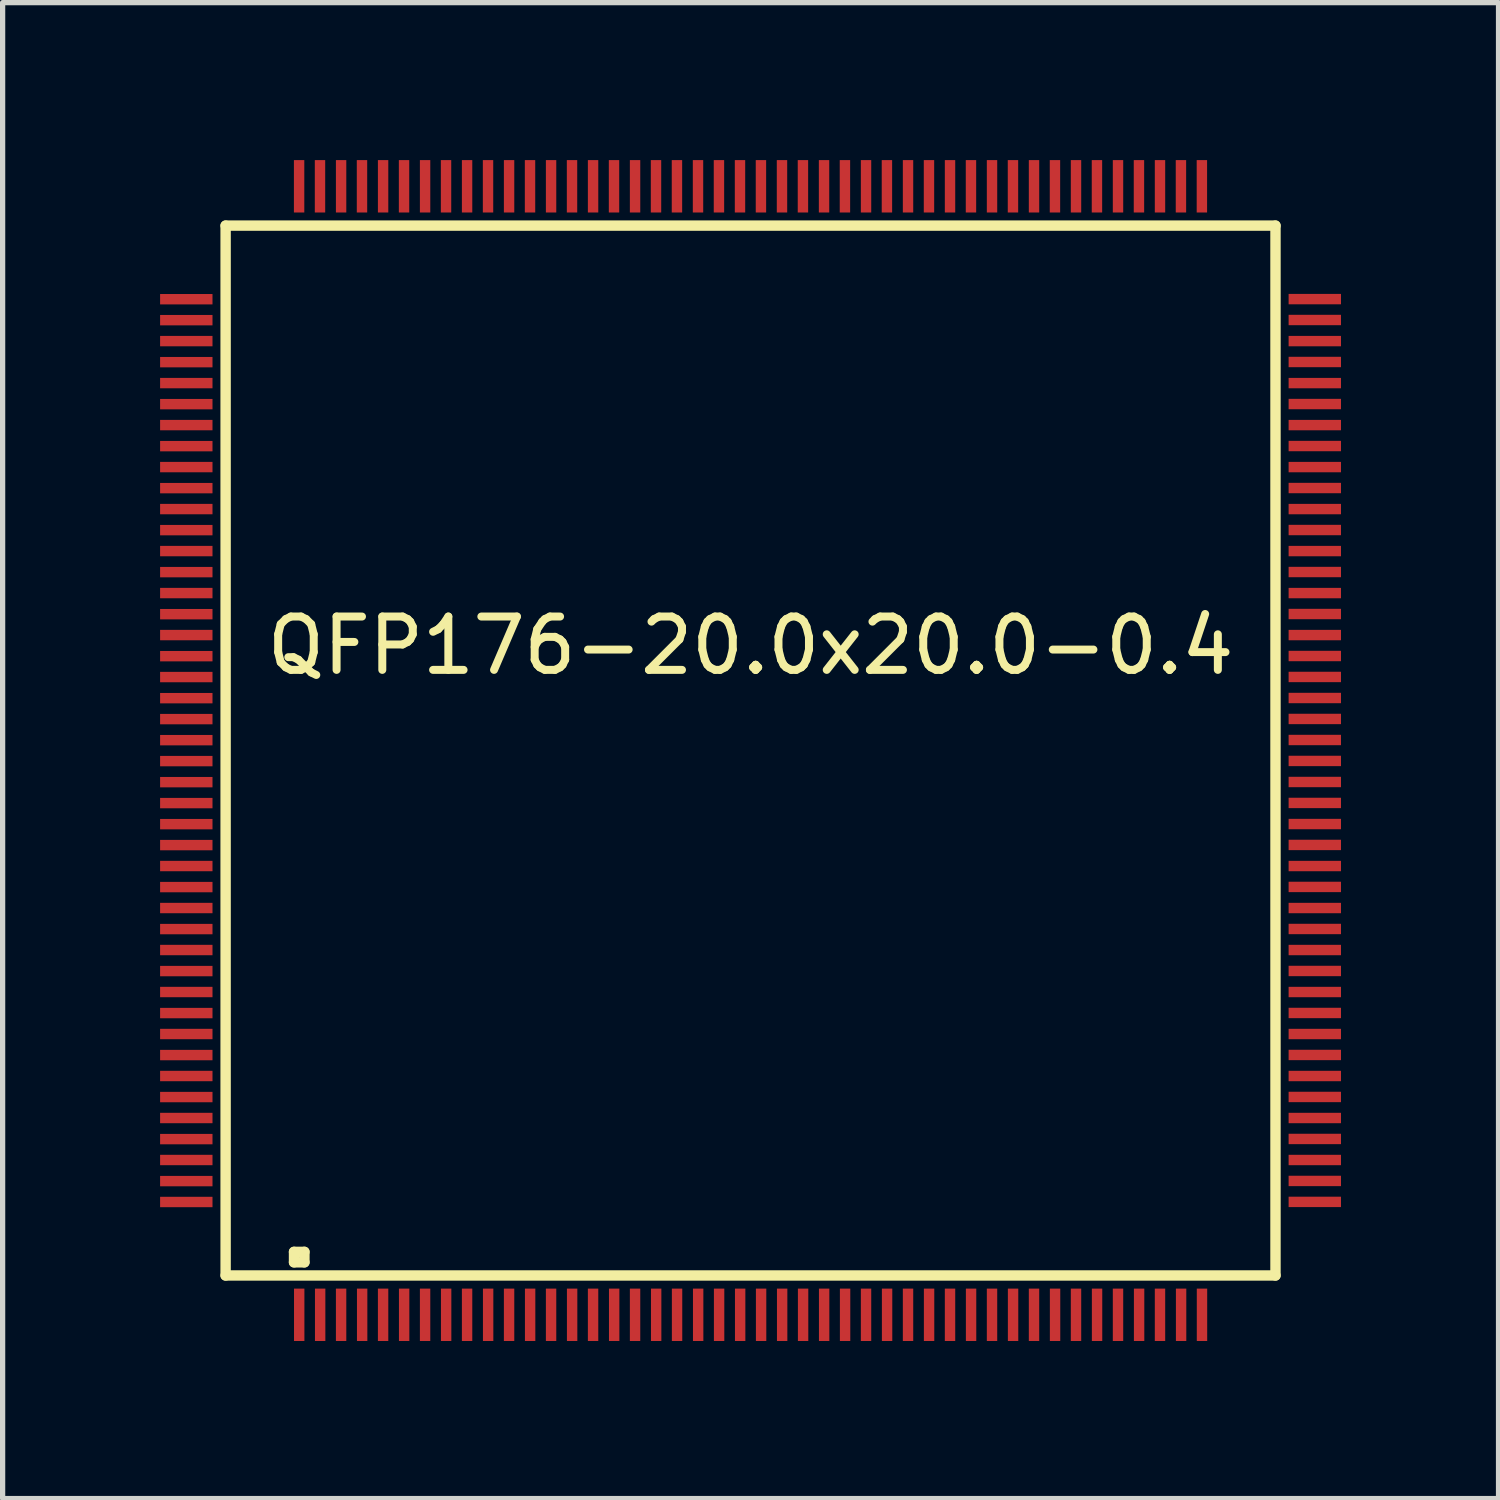
<source format=kicad_pcb>
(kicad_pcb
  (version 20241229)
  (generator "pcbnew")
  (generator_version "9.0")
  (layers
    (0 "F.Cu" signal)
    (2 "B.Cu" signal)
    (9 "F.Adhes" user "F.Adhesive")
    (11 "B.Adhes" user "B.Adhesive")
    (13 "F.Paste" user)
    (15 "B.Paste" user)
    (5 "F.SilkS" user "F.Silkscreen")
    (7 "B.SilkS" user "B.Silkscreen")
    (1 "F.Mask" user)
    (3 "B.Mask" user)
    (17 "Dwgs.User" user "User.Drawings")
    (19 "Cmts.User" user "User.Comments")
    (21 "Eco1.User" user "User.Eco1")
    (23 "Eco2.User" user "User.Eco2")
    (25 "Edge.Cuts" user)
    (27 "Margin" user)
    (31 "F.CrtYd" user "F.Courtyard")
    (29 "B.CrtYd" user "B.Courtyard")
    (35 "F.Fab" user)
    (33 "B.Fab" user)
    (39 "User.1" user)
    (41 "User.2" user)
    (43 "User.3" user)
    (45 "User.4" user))
  (footprint "QFP176-20.0x20.0-0.4"
    (layer "F.Cu")
    (at 11.248 11.248)
    (property "Reference" "QFP176-20.0x20.0-0.4" (at 0 -1.999 0) (layer "F.SilkS") (effects (font (size 1.016 1.016) (thickness 0.152))))
    (attr through_hole)
    (fp_line (start -10 -10) (end 10 -10) (stroke (width 0.198) (type solid)) (layer "F.SilkS"))
    (fp_line (start -10 10) (end -10 -10) (stroke (width 0.198) (type solid)) (layer "F.SilkS"))
    (fp_line (start -8.697 9.55) (end -8.499 9.55) (stroke (width 0.198) (type solid)) (layer "F.SilkS"))
    (fp_line (start -8.697 9.749) (end -8.697 9.55) (stroke (width 0.198) (type solid)) (layer "F.SilkS"))
    (fp_line (start -8.499 9.55) (end -8.499 9.749) (stroke (width 0.198) (type solid)) (layer "F.SilkS"))
    (fp_line (start -8.499 9.749) (end -8.697 9.749) (stroke (width 0.198) (type solid)) (layer "F.SilkS"))
    (fp_line (start 10 -10) (end 10 10) (stroke (width 0.198) (type solid)) (layer "F.SilkS"))
    (fp_line (start 10 10) (end -10 10) (stroke (width 0.198) (type solid)) (layer "F.SilkS"))
    (pad "1" smd rect (at -8.598 10.749) (size 0.198 0.998) (layers "*.Mask" "F.Cu"))
    (pad "2" smd rect (at -8.199 10.749) (size 0.198 0.998) (layers "*.Mask" "F.Cu"))
    (pad "3" smd rect (at -7.8 10.749) (size 0.198 0.998) (layers "*.Mask" "F.Cu"))
    (pad "4" smd rect (at -7.399 10.749) (size 0.198 0.998) (layers "*.Mask" "F.Cu"))
    (pad "5" smd rect (at -7 10.749) (size 0.198 0.998) (layers "*.Mask" "F.Cu"))
    (pad "6" smd rect (at -6.599 10.749) (size 0.198 0.998) (layers "*.Mask" "F.Cu"))
    (pad "7" smd rect (at -6.2 10.749) (size 0.198 0.998) (layers "*.Mask" "F.Cu"))
    (pad "8" smd rect (at -5.799 10.749) (size 0.198 0.998) (layers "*.Mask" "F.Cu"))
    (pad "9" smd rect (at -5.4 10.749) (size 0.198 0.998) (layers "*.Mask" "F.Cu"))
    (pad "10" smd rect (at -4.999 10.749) (size 0.198 0.998) (layers "*.Mask" "F.Cu"))
    (pad "11" smd rect (at -4.6 10.749) (size 0.198 0.998) (layers "*.Mask" "F.Cu"))
    (pad "12" smd rect (at -4.199 10.749) (size 0.198 0.998) (layers "*.Mask" "F.Cu"))
    (pad "13" smd rect (at -3.8 10.749) (size 0.198 0.998) (layers "*.Mask" "F.Cu"))
    (pad "14" smd rect (at -3.399 10.749) (size 0.198 0.998) (layers "*.Mask" "F.Cu"))
    (pad "15" smd rect (at -3 10.749) (size 0.198 0.998) (layers "*.Mask" "F.Cu"))
    (pad "16" smd rect (at -2.598 10.749) (size 0.198 0.998) (layers "*.Mask" "F.Cu"))
    (pad "17" smd rect (at -2.2 10.749) (size 0.198 0.998) (layers "*.Mask" "F.Cu"))
    (pad "18" smd rect (at -1.798 10.749) (size 0.198 0.998) (layers "*.Mask" "F.Cu"))
    (pad "19" smd rect (at -1.4 10.749) (size 0.198 0.998) (layers "*.Mask" "F.Cu"))
    (pad "20" smd rect (at -0.998 10.749) (size 0.198 0.998) (layers "*.Mask" "F.Cu"))
    (pad "21" smd rect (at -0.599 10.749) (size 0.198 0.998) (layers "*.Mask" "F.Cu"))
    (pad "22" smd rect (at -0.198 10.749) (size 0.198 0.998) (layers "*.Mask" "F.Cu"))
    (pad "23" smd rect (at 0.201 10.749) (size 0.198 0.998) (layers "*.Mask" "F.Cu"))
    (pad "24" smd rect (at 0.602 10.749) (size 0.198 0.998) (layers "*.Mask" "F.Cu"))
    (pad "25" smd rect (at 1.001 10.749) (size 0.198 0.998) (layers "*.Mask" "F.Cu"))
    (pad "26" smd rect (at 1.402 10.749) (size 0.198 0.998) (layers "*.Mask" "F.Cu"))
    (pad "27" smd rect (at 1.801 10.749) (size 0.198 0.998) (layers "*.Mask" "F.Cu"))
    (pad "28" smd rect (at 2.2 10.749) (size 0.198 0.998) (layers "*.Mask" "F.Cu"))
    (pad "29" smd rect (at 2.601 10.749) (size 0.198 0.998) (layers "*.Mask" "F.Cu"))
    (pad "30" smd rect (at 3 10.749) (size 0.198 0.998) (layers "*.Mask" "F.Cu"))
    (pad "31" smd rect (at 3.401 10.749) (size 0.198 0.998) (layers "*.Mask" "F.Cu"))
    (pad "32" smd rect (at 3.8 10.749) (size 0.198 0.998) (layers "*.Mask" "F.Cu"))
    (pad "33" smd rect (at 4.201 10.749) (size 0.198 0.998) (layers "*.Mask" "F.Cu"))
    (pad "34" smd rect (at 4.6 10.749) (size 0.198 0.998) (layers "*.Mask" "F.Cu"))
    (pad "35" smd rect (at 5.001 10.749) (size 0.198 0.998) (layers "*.Mask" "F.Cu"))
    (pad "36" smd rect (at 5.4 10.749) (size 0.198 0.998) (layers "*.Mask" "F.Cu"))
    (pad "37" smd rect (at 5.801 10.749) (size 0.198 0.998) (layers "*.Mask" "F.Cu"))
    (pad "38" smd rect (at 6.2 10.749) (size 0.198 0.998) (layers "*.Mask" "F.Cu"))
    (pad "39" smd rect (at 6.601 10.749) (size 0.198 0.998) (layers "*.Mask" "F.Cu"))
    (pad "40" smd rect (at 7 10.749) (size 0.198 0.998) (layers "*.Mask" "F.Cu"))
    (pad "41" smd rect (at 7.402 10.749) (size 0.198 0.998) (layers "*.Mask" "F.Cu"))
    (pad "42" smd rect (at 7.8 10.749) (size 0.198 0.998) (layers "*.Mask" "F.Cu"))
    (pad "43" smd rect (at 8.202 10.749) (size 0.198 0.998) (layers "*.Mask" "F.Cu"))
    (pad "44" smd rect (at 8.6 10.749) (size 0.198 0.998) (layers "*.Mask" "F.Cu"))
    (pad "45" smd rect (at 10.749 8.598 90) (size 0.198 0.998) (layers "*.Mask" "F.Cu"))
    (pad "46" smd rect (at 10.749 8.199 90) (size 0.198 0.998) (layers "*.Mask" "F.Cu"))
    (pad "47" smd rect (at 10.749 7.8 90) (size 0.198 0.998) (layers "*.Mask" "F.Cu"))
    (pad "48" smd rect (at 10.749 7.399 90) (size 0.198 0.998) (layers "*.Mask" "F.Cu"))
    (pad "49" smd rect (at 10.749 7 90) (size 0.198 0.998) (layers "*.Mask" "F.Cu"))
    (pad "50" smd rect (at 10.749 6.599 90) (size 0.198 0.998) (layers "*.Mask" "F.Cu"))
    (pad "51" smd rect (at 10.749 6.2 90) (size 0.198 0.998) (layers "*.Mask" "F.Cu"))
    (pad "52" smd rect (at 10.749 5.799 90) (size 0.198 0.998) (layers "*.Mask" "F.Cu"))
    (pad "53" smd rect (at 10.749 5.4 90) (size 0.198 0.998) (layers "*.Mask" "F.Cu"))
    (pad "54" smd rect (at 10.749 4.999 90) (size 0.198 0.998) (layers "*.Mask" "F.Cu"))
    (pad "55" smd rect (at 10.749 4.6 90) (size 0.198 0.998) (layers "*.Mask" "F.Cu"))
    (pad "56" smd rect (at 10.749 4.199 90) (size 0.198 0.998) (layers "*.Mask" "F.Cu"))
    (pad "57" smd rect (at 10.749 3.8 90) (size 0.198 0.998) (layers "*.Mask" "F.Cu"))
    (pad "58" smd rect (at 10.749 3.399 90) (size 0.198 0.998) (layers "*.Mask" "F.Cu"))
    (pad "59" smd rect (at 10.749 3 90) (size 0.198 0.998) (layers "*.Mask" "F.Cu"))
    (pad "60" smd rect (at 10.749 2.598 90) (size 0.198 0.998) (layers "*.Mask" "F.Cu"))
    (pad "61" smd rect (at 10.749 2.2 90) (size 0.198 0.998) (layers "*.Mask" "F.Cu"))
    (pad "62" smd rect (at 10.749 1.798 90) (size 0.198 0.998) (layers "*.Mask" "F.Cu"))
    (pad "63" smd rect (at 10.749 1.4 90) (size 0.198 0.998) (layers "*.Mask" "F.Cu"))
    (pad "64" smd rect (at 10.749 0.998 90) (size 0.198 0.998) (layers "*.Mask" "F.Cu"))
    (pad "65" smd rect (at 10.749 0.599 90) (size 0.198 0.998) (layers "*.Mask" "F.Cu"))
    (pad "66" smd rect (at 10.749 0.198 90) (size 0.198 0.998) (layers "*.Mask" "F.Cu"))
    (pad "67" smd rect (at 10.749 -0.201 90) (size 0.198 0.998) (layers "*.Mask" "F.Cu"))
    (pad "68" smd rect (at 10.749 -0.602 90) (size 0.198 0.998) (layers "*.Mask" "F.Cu"))
    (pad "69" smd rect (at 10.749 -1.001 90) (size 0.198 0.998) (layers "*.Mask" "F.Cu"))
    (pad "70" smd rect (at 10.749 -1.402 90) (size 0.198 0.998) (layers "*.Mask" "F.Cu"))
    (pad "71" smd rect (at 10.749 -1.801 90) (size 0.198 0.998) (layers "*.Mask" "F.Cu"))
    (pad "72" smd rect (at 10.749 -2.2 90) (size 0.198 0.998) (layers "*.Mask" "F.Cu"))
    (pad "73" smd rect (at 10.749 -2.601 90) (size 0.198 0.998) (layers "*.Mask" "F.Cu"))
    (pad "74" smd rect (at 10.749 -3 90) (size 0.198 0.998) (layers "*.Mask" "F.Cu"))
    (pad "75" smd rect (at 10.749 -3.401 90) (size 0.198 0.998) (layers "*.Mask" "F.Cu"))
    (pad "76" smd rect (at 10.749 -3.8 90) (size 0.198 0.998) (layers "*.Mask" "F.Cu"))
    (pad "77" smd rect (at 10.749 -4.201 90) (size 0.198 0.998) (layers "*.Mask" "F.Cu"))
    (pad "78" smd rect (at 10.749 -4.6 90) (size 0.198 0.998) (layers "*.Mask" "F.Cu"))
    (pad "79" smd rect (at 10.749 -5.001 90) (size 0.198 0.998) (layers "*.Mask" "F.Cu"))
    (pad "80" smd rect (at 10.749 -5.4 90) (size 0.198 0.998) (layers "*.Mask" "F.Cu"))
    (pad "81" smd rect (at 10.749 -5.801 90) (size 0.198 0.998) (layers "*.Mask" "F.Cu"))
    (pad "82" smd rect (at 10.749 -6.2 90) (size 0.198 0.998) (layers "*.Mask" "F.Cu"))
    (pad "83" smd rect (at 10.749 -6.601 90) (size 0.198 0.998) (layers "*.Mask" "F.Cu"))
    (pad "84" smd rect (at 10.749 -7 90) (size 0.198 0.998) (layers "*.Mask" "F.Cu"))
    (pad "85" smd rect (at 10.749 -7.402 90) (size 0.198 0.998) (layers "*.Mask" "F.Cu"))
    (pad "86" smd rect (at 10.749 -7.8 90) (size 0.198 0.998) (layers "*.Mask" "F.Cu"))
    (pad "87" smd rect (at 10.749 -8.202 90) (size 0.198 0.998) (layers "*.Mask" "F.Cu"))
    (pad "88" smd rect (at 10.749 -8.6 90) (size 0.198 0.998) (layers "*.Mask" "F.Cu"))
    (pad "89" smd rect (at 8.598 -10.749) (size 0.198 0.998) (layers "*.Mask" "F.Cu"))
    (pad "90" smd rect (at 8.199 -10.749) (size 0.198 0.998) (layers "*.Mask" "F.Cu"))
    (pad "91" smd rect (at 7.8 -10.749) (size 0.198 0.998) (layers "*.Mask" "F.Cu"))
    (pad "92" smd rect (at 7.399 -10.749) (size 0.198 0.998) (layers "*.Mask" "F.Cu"))
    (pad "93" smd rect (at 7 -10.749) (size 0.198 0.998) (layers "*.Mask" "F.Cu"))
    (pad "94" smd rect (at 6.599 -10.749) (size 0.198 0.998) (layers "*.Mask" "F.Cu"))
    (pad "95" smd rect (at 6.2 -10.749) (size 0.198 0.998) (layers "*.Mask" "F.Cu"))
    (pad "96" smd rect (at 5.799 -10.749) (size 0.198 0.998) (layers "*.Mask" "F.Cu"))
    (pad "97" smd rect (at 5.4 -10.749) (size 0.198 0.998) (layers "*.Mask" "F.Cu"))
    (pad "98" smd rect (at 4.999 -10.749) (size 0.198 0.998) (layers "*.Mask" "F.Cu"))
    (pad "99" smd rect (at 4.6 -10.749) (size 0.198 0.998) (layers "*.Mask" "F.Cu"))
    (pad "100" smd rect (at 4.199 -10.749) (size 0.198 0.998) (layers "*.Mask" "F.Cu"))
    (pad "101" smd rect (at 3.8 -10.749) (size 0.198 0.998) (layers "*.Mask" "F.Cu"))
    (pad "102" smd rect (at 3.399 -10.749) (size 0.198 0.998) (layers "*.Mask" "F.Cu"))
    (pad "103" smd rect (at 3 -10.749) (size 0.198 0.998) (layers "*.Mask" "F.Cu"))
    (pad "104" smd rect (at 2.598 -10.749) (size 0.198 0.998) (layers "*.Mask" "F.Cu"))
    (pad "105" smd rect (at 2.2 -10.749) (size 0.198 0.998) (layers "*.Mask" "F.Cu"))
    (pad "106" smd rect (at 1.798 -10.749) (size 0.198 0.998) (layers "*.Mask" "F.Cu"))
    (pad "107" smd rect (at 1.4 -10.749) (size 0.198 0.998) (layers "*.Mask" "F.Cu"))
    (pad "108" smd rect (at 0.998 -10.749) (size 0.198 0.998) (layers "*.Mask" "F.Cu"))
    (pad "109" smd rect (at 0.599 -10.749) (size 0.198 0.998) (layers "*.Mask" "F.Cu"))
    (pad "110" smd rect (at 0.198 -10.749) (size 0.198 0.998) (layers "*.Mask" "F.Cu"))
    (pad "111" smd rect (at -0.201 -10.749) (size 0.198 0.998) (layers "*.Mask" "F.Cu"))
    (pad "112" smd rect (at -0.602 -10.749) (size 0.198 0.998) (layers "*.Mask" "F.Cu"))
    (pad "113" smd rect (at -1.001 -10.749) (size 0.198 0.998) (layers "*.Mask" "F.Cu"))
    (pad "114" smd rect (at -1.402 -10.749) (size 0.198 0.998) (layers "*.Mask" "F.Cu"))
    (pad "115" smd rect (at -1.801 -10.749) (size 0.198 0.998) (layers "*.Mask" "F.Cu"))
    (pad "116" smd rect (at -2.2 -10.749) (size 0.198 0.998) (layers "*.Mask" "F.Cu"))
    (pad "117" smd rect (at -2.601 -10.749) (size 0.198 0.998) (layers "*.Mask" "F.Cu"))
    (pad "118" smd rect (at -3 -10.749) (size 0.198 0.998) (layers "*.Mask" "F.Cu"))
    (pad "119" smd rect (at -3.401 -10.749) (size 0.198 0.998) (layers "*.Mask" "F.Cu"))
    (pad "120" smd rect (at -3.8 -10.749) (size 0.198 0.998) (layers "*.Mask" "F.Cu"))
    (pad "121" smd rect (at -4.201 -10.749) (size 0.198 0.998) (layers "*.Mask" "F.Cu"))
    (pad "122" smd rect (at -4.6 -10.749) (size 0.198 0.998) (layers "*.Mask" "F.Cu"))
    (pad "123" smd rect (at -5.001 -10.749) (size 0.198 0.998) (layers "*.Mask" "F.Cu"))
    (pad "124" smd rect (at -5.4 -10.749) (size 0.198 0.998) (layers "*.Mask" "F.Cu"))
    (pad "125" smd rect (at -5.801 -10.749) (size 0.198 0.998) (layers "*.Mask" "F.Cu"))
    (pad "126" smd rect (at -6.2 -10.749) (size 0.198 0.998) (layers "*.Mask" "F.Cu"))
    (pad "127" smd rect (at -6.601 -10.749) (size 0.198 0.998) (layers "*.Mask" "F.Cu"))
    (pad "128" smd rect (at -7 -10.749) (size 0.198 0.998) (layers "*.Mask" "F.Cu"))
    (pad "129" smd rect (at -7.402 -10.749) (size 0.198 0.998) (layers "*.Mask" "F.Cu"))
    (pad "130" smd rect (at -7.8 -10.749) (size 0.198 0.998) (layers "*.Mask" "F.Cu"))
    (pad "131" smd rect (at -8.202 -10.749) (size 0.198 0.998) (layers "*.Mask" "F.Cu"))
    (pad "132" smd rect (at -8.6 -10.749) (size 0.198 0.998) (layers "*.Mask" "F.Cu"))
    (pad "133" smd rect (at -10.749 -8.598 90) (size 0.198 0.998) (layers "*.Mask" "F.Cu"))
    (pad "134" smd rect (at -10.749 -8.199 90) (size 0.198 0.998) (layers "*.Mask" "F.Cu"))
    (pad "135" smd rect (at -10.749 -7.8 90) (size 0.198 0.998) (layers "*.Mask" "F.Cu"))
    (pad "136" smd rect (at -10.749 -7.399 90) (size 0.198 0.998) (layers "*.Mask" "F.Cu"))
    (pad "137" smd rect (at -10.749 -7 90) (size 0.198 0.998) (layers "*.Mask" "F.Cu"))
    (pad "138" smd rect (at -10.749 -6.599 90) (size 0.198 0.998) (layers "*.Mask" "F.Cu"))
    (pad "139" smd rect (at -10.749 -6.2 90) (size 0.198 0.998) (layers "*.Mask" "F.Cu"))
    (pad "140" smd rect (at -10.749 -5.799 90) (size 0.198 0.998) (layers "*.Mask" "F.Cu"))
    (pad "141" smd rect (at -10.749 -5.4 90) (size 0.198 0.998) (layers "*.Mask" "F.Cu"))
    (pad "142" smd rect (at -10.749 -4.999 90) (size 0.198 0.998) (layers "*.Mask" "F.Cu"))
    (pad "143" smd rect (at -10.749 -4.6 90) (size 0.198 0.998) (layers "*.Mask" "F.Cu"))
    (pad "144" smd rect (at -10.749 -4.199 90) (size 0.198 0.998) (layers "*.Mask" "F.Cu"))
    (pad "145" smd rect (at -10.749 -3.8 90) (size 0.198 0.998) (layers "*.Mask" "F.Cu"))
    (pad "146" smd rect (at -10.749 -3.399 90) (size 0.198 0.998) (layers "*.Mask" "F.Cu"))
    (pad "147" smd rect (at -10.749 -3 90) (size 0.198 0.998) (layers "*.Mask" "F.Cu"))
    (pad "148" smd rect (at -10.749 -2.598 90) (size 0.198 0.998) (layers "*.Mask" "F.Cu"))
    (pad "149" smd rect (at -10.749 -2.2 90) (size 0.198 0.998) (layers "*.Mask" "F.Cu"))
    (pad "150" smd rect (at -10.749 -1.798 90) (size 0.198 0.998) (layers "*.Mask" "F.Cu"))
    (pad "151" smd rect (at -10.749 -1.4 90) (size 0.198 0.998) (layers "*.Mask" "F.Cu"))
    (pad "152" smd rect (at -10.749 -0.998 90) (size 0.198 0.998) (layers "*.Mask" "F.Cu"))
    (pad "153" smd rect (at -10.749 -0.599 90) (size 0.198 0.998) (layers "*.Mask" "F.Cu"))
    (pad "154" smd rect (at -10.749 -0.198 90) (size 0.198 0.998) (layers "*.Mask" "F.Cu"))
    (pad "155" smd rect (at -10.749 0.201 90) (size 0.198 0.998) (layers "*.Mask" "F.Cu"))
    (pad "156" smd rect (at -10.749 0.602 90) (size 0.198 0.998) (layers "*.Mask" "F.Cu"))
    (pad "157" smd rect (at -10.749 1.001 90) (size 0.198 0.998) (layers "*.Mask" "F.Cu"))
    (pad "158" smd rect (at -10.749 1.402 90) (size 0.198 0.998) (layers "*.Mask" "F.Cu"))
    (pad "159" smd rect (at -10.749 1.801 90) (size 0.198 0.998) (layers "*.Mask" "F.Cu"))
    (pad "160" smd rect (at -10.749 2.2 90) (size 0.198 0.998) (layers "*.Mask" "F.Cu"))
    (pad "161" smd rect (at -10.749 2.601 90) (size 0.198 0.998) (layers "*.Mask" "F.Cu"))
    (pad "162" smd rect (at -10.749 3 90) (size 0.198 0.998) (layers "*.Mask" "F.Cu"))
    (pad "163" smd rect (at -10.749 3.401 90) (size 0.198 0.998) (layers "*.Mask" "F.Cu"))
    (pad "164" smd rect (at -10.749 3.8 90) (size 0.198 0.998) (layers "*.Mask" "F.Cu"))
    (pad "165" smd rect (at -10.749 4.201 90) (size 0.198 0.998) (layers "*.Mask" "F.Cu"))
    (pad "166" smd rect (at -10.749 4.6 90) (size 0.198 0.998) (layers "*.Mask" "F.Cu"))
    (pad "167" smd rect (at -10.749 5.001 90) (size 0.198 0.998) (layers "*.Mask" "F.Cu"))
    (pad "168" smd rect (at -10.749 5.4 90) (size 0.198 0.998) (layers "*.Mask" "F.Cu"))
    (pad "169" smd rect (at -10.749 5.801 90) (size 0.198 0.998) (layers "*.Mask" "F.Cu"))
    (pad "170" smd rect (at -10.749 6.2 90) (size 0.198 0.998) (layers "*.Mask" "F.Cu"))
    (pad "171" smd rect (at -10.749 6.601 90) (size 0.198 0.998) (layers "*.Mask" "F.Cu"))
    (pad "172" smd rect (at -10.749 7 90) (size 0.198 0.998) (layers "*.Mask" "F.Cu"))
    (pad "173" smd rect (at -10.749 7.402 90) (size 0.198 0.998) (layers "*.Mask" "F.Cu"))
    (pad "174" smd rect (at -10.749 7.8 90) (size 0.198 0.998) (layers "*.Mask" "F.Cu"))
    (pad "175" smd rect (at -10.749 8.202 90) (size 0.198 0.998) (layers "*.Mask" "F.Cu"))
    (pad "176" smd rect (at -10.749 8.6 90) (size 0.198 0.998) (layers "*.Mask" "F.Cu")))
  (gr_rect
    (start -3 -3)
    (end 25.497 25.497)
    (stroke (width 0.1) (type default))
    (fill no)
    (layer "Edge.Cuts")))
</source>
